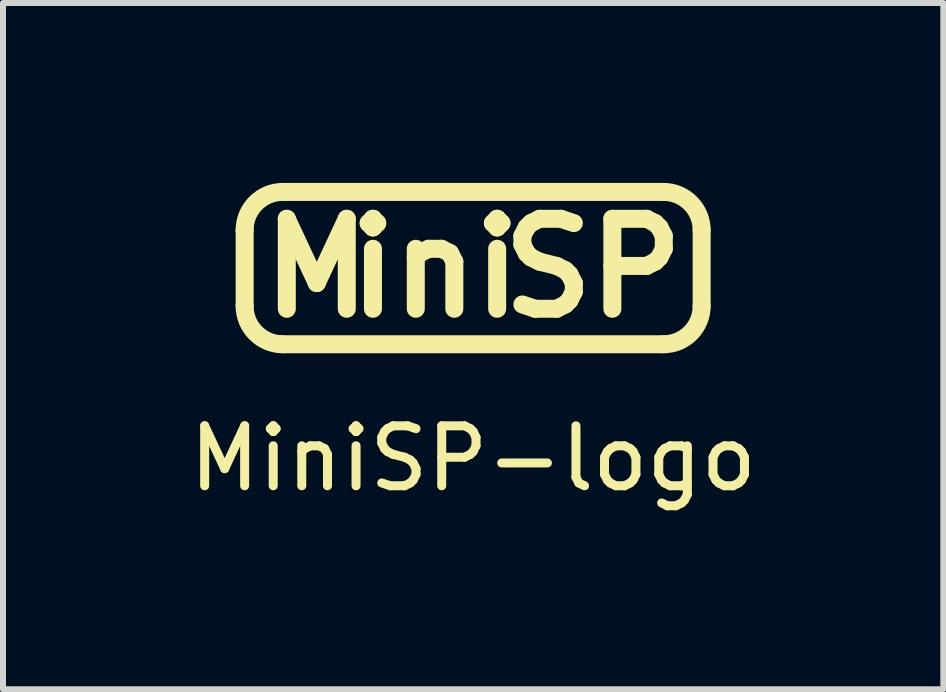
<source format=kicad_pcb>
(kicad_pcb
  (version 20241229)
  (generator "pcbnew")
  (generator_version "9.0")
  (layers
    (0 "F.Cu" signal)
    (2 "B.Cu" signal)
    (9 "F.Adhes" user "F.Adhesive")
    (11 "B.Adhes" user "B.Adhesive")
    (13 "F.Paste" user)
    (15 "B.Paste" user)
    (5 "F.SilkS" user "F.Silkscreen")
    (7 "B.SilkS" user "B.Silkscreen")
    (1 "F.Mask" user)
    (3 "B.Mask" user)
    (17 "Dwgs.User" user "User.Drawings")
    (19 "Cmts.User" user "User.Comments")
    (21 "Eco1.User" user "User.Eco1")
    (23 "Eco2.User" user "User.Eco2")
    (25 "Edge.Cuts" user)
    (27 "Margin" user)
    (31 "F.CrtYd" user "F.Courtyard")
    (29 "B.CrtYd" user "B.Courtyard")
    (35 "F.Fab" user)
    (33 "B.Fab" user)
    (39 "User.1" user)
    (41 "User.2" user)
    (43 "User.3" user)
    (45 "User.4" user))
  (footprint "MiniSP-logo"
    (layer "F.Cu")
    (at 4.839 1.42)
    (property "Reference" "MiniSP-logo" (at 0 3.175 0) (layer "F.SilkS") (effects (font (size 1 1) (thickness 0.15))))
    (attr through_hole)
    (fp_line (start -3.81 0.635) (end -3.81 -0.635) (stroke (width 0.3) (type solid)) (layer "F.SilkS"))
    (fp_line (start -3.175 -1.27) (end 3.175 -1.27) (stroke (width 0.3) (type solid)) (layer "F.SilkS"))
    (fp_line (start 3.175 1.27) (end -3.175 1.27) (stroke (width 0.3) (type solid)) (layer "F.SilkS"))
    (fp_line (start 3.81 -0.635) (end 3.81 0.635) (stroke (width 0.3) (type solid)) (layer "F.SilkS"))
    (fp_arc (start -3.81 -0.635) (mid -3.624013 -1.084013) (end -3.175 -1.27) (stroke (width 0.3) (type solid)) (layer "F.SilkS"))
    (fp_arc (start -3.175 1.27) (mid -3.624013 1.084013) (end -3.81 0.635) (stroke (width 0.3) (type solid)) (layer "F.SilkS"))
    (fp_arc (start 3.175 -1.27) (mid 3.624013 -1.084013) (end 3.81 -0.635) (stroke (width 0.3) (type solid)) (layer "F.SilkS"))
    (fp_arc (start 3.81 0.635) (mid 3.624013 1.084013) (end 3.175 1.27) (stroke (width 0.3) (type solid)) (layer "F.SilkS"))
    (fp_text user "ini" (at -0.635 0 0) (layer "F.SilkS") (effects (font (size 1.5 1.5) (thickness 0.3))))
    (fp_text user "M  SP" (at 0 0 0) (layer "F.SilkS") (effects (font (size 1.5 1.5) (thickness 0.3)))))
  (gr_rect
    (start -3 -3)
    (end 12.679 8.443)
    (stroke (width 0.1) (type default))
    (fill no)
    (layer "Edge.Cuts")))
</source>
